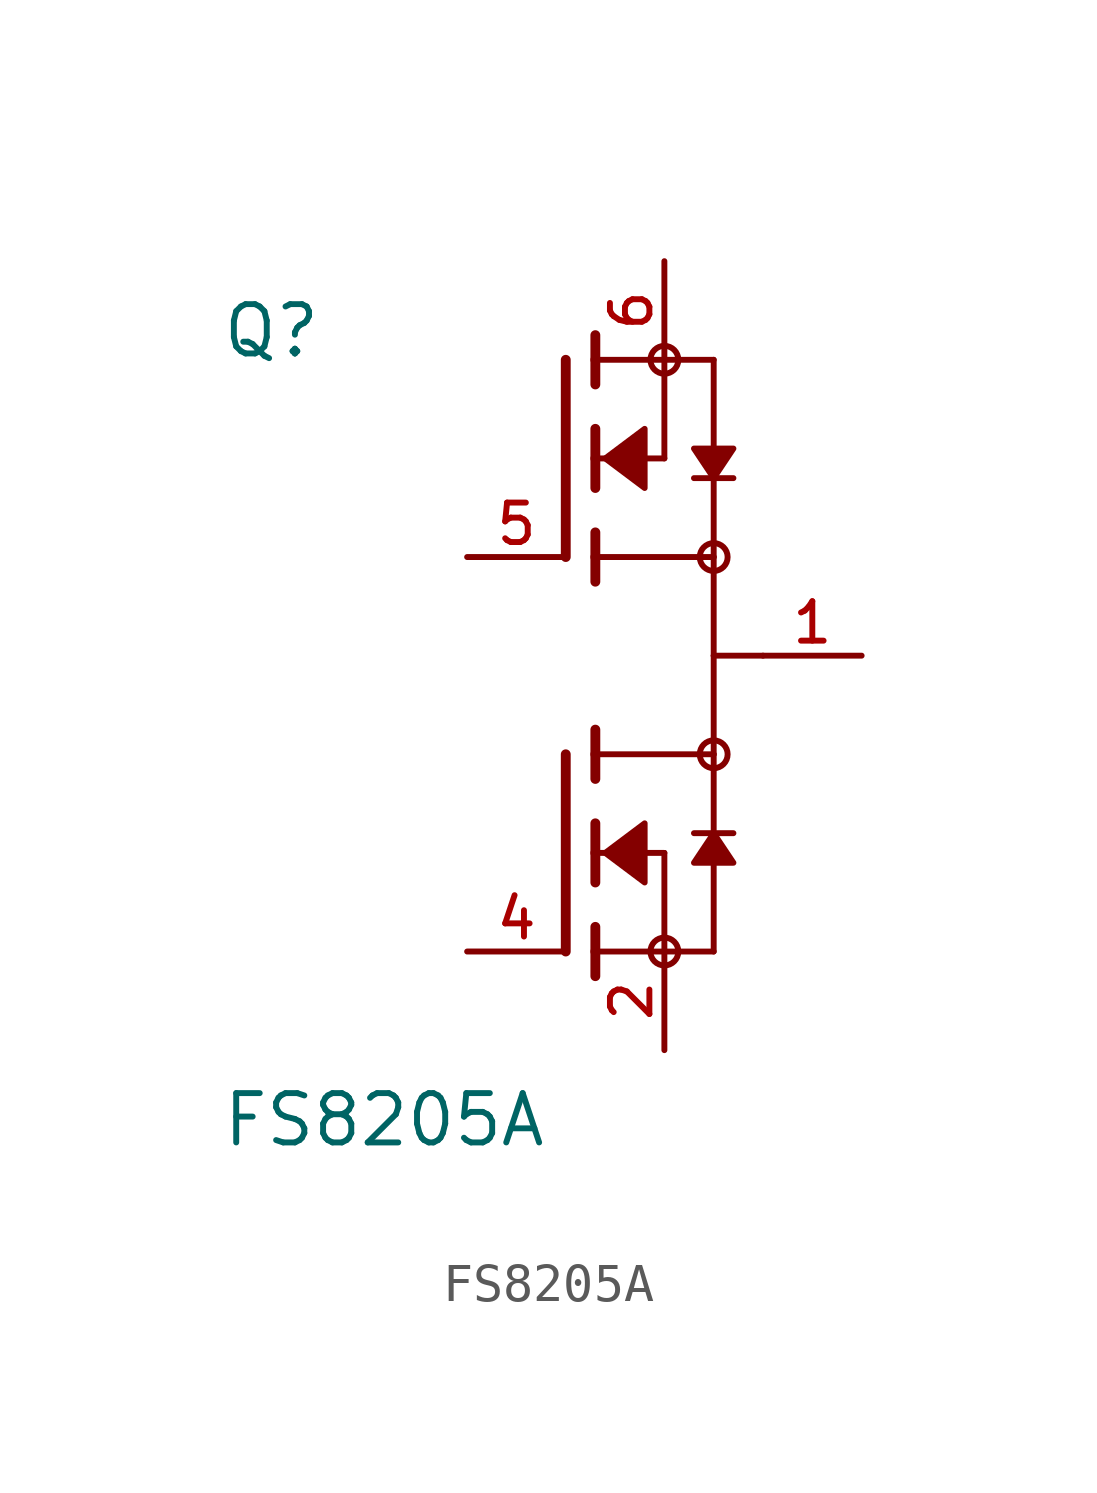
<source format=kicad_sym>
(kicad_symbol_lib
  (version 20211014)
  (generator kicad_symbol_editor)
  (symbol "FS8205A"
    (pin_names
      (offset 1.016))
    (property "Reference" "Q"
      (at -11.43 7.62 0)
      (effects (font (size 1.27 1.27)) (justify bottom left)))
    (property "Value" "FS8205A"
      (at -11.43 -12.7 0)
      (effects (font (size 1.27 1.27)) (justify bottom left)))
    (symbol "FS8205A_0_0"
      (polyline (pts (xy -1.778 -4.318) (xy -1.778 -5.08)) (stroke (width 0.254)))
      (polyline (pts (xy -1.778 -5.08) (xy -1.778 -5.842)) (stroke (width 0.254)))
      (polyline (pts (xy -1.778 -1.905) (xy -1.778 -2.54)) (stroke (width 0.254)))
      (polyline (pts (xy -1.778 -2.54) (xy -1.778 -3.175)) (stroke (width 0.254)))
      (polyline (pts (xy -1.778 -5.08) (xy 0.0 -5.08)) (stroke (width 0.152)))
      (polyline (pts (xy 0.0 -5.08) (xy 0.0 -7.62)) (stroke (width 0.152)))
      (polyline (pts (xy -1.778 -6.985) (xy -1.778 -7.62)) (stroke (width 0.254)))
      (polyline (pts (xy -1.778 -7.62) (xy -1.778 -8.255)) (stroke (width 0.254)))
      (polyline (pts (xy -2.54 -2.54) (xy -2.54 -7.62)) (stroke (width 0.254)))
      (polyline (pts (xy 0.0 -7.62) (xy -1.778 -7.62)) (stroke (width 0.152)))
      (polyline (pts (xy 1.27 -2.54) (xy 1.27 -4.572)) (stroke (width 0.152)))
      (polyline (pts (xy 1.27 -4.572) (xy 1.27 -7.62)) (stroke (width 0.152)))
      (polyline (pts (xy 0.0 -7.62) (xy 1.27 -7.62)) (stroke (width 0.152)))
      (polyline (pts (xy -1.778 -2.54) (xy 1.27 -2.54)) (stroke (width 0.152)))
      (polyline (pts (xy 1.778 -4.572) (xy 1.27 -4.572)) (stroke (width 0.152)))
      (polyline (pts (xy 1.27 -4.572) (xy 0.762 -4.572)) (stroke (width 0.152)))
      (circle (center 0.0 -7.62) (radius 0.359) (stroke (width 0.0)) (fill (type none)))
      (circle (center 1.27 -2.54) (radius 0.359) (stroke (width 0.0)) (fill (type none)))
      (polyline (pts (xy 1.27 -4.572) (xy 0.762 -5.334) (xy 1.778 -5.334) (xy 1.27 -4.572)) (stroke (width 0.152)) (fill (type outline)))
      (polyline (pts (xy -1.524 -5.08) (xy -0.508 -4.318) (xy -0.508 -5.842) (xy -1.524 -5.08)) (stroke (width 0.152)) (fill (type outline)))
      (polyline (pts (xy -1.778 5.842) (xy -1.778 5.08)) (stroke (width 0.254)))
      (polyline (pts (xy -1.778 5.08) (xy -1.778 4.318)) (stroke (width 0.254)))
      (polyline (pts (xy -1.778 8.255) (xy -1.778 7.62)) (stroke (width 0.254)))
      (polyline (pts (xy -1.778 7.62) (xy -1.778 6.985)) (stroke (width 0.254)))
      (polyline (pts (xy -1.778 5.08) (xy 0.0 5.08)) (stroke (width 0.152)))
      (polyline (pts (xy -1.778 3.175) (xy -1.778 2.54)) (stroke (width 0.254)))
      (polyline (pts (xy -1.778 2.54) (xy -1.778 1.905)) (stroke (width 0.254)))
      (polyline (pts (xy -2.54 7.62) (xy -2.54 2.54)) (stroke (width 0.254)))
      (polyline (pts (xy 1.27 2.54) (xy -1.778 2.54)) (stroke (width 0.152)))
      (polyline (pts (xy -1.778 7.62) (xy 1.27 7.62)) (stroke (width 0.152)))
      (circle (center 0.0 7.62) (radius 0.359) (stroke (width 0.0)) (fill (type none)))
      (polyline (pts (xy -1.524 5.08) (xy -0.508 5.842) (xy -0.508 4.318) (xy -1.524 5.08)) (stroke (width 0.152)) (fill (type outline)))
      (polyline (pts (xy 1.27 2.54) (xy 1.27 4.572)) (stroke (width 0.152)))
      (polyline (pts (xy 1.27 4.572) (xy 1.27 7.62)) (stroke (width 0.152)))
      (polyline (pts (xy 0.762 4.572) (xy 1.27 4.572)) (stroke (width 0.152)))
      (polyline (pts (xy 1.27 4.572) (xy 1.778 4.572)) (stroke (width 0.152)))
      (polyline (pts (xy 1.27 4.572) (xy 1.778 5.334) (xy 0.762 5.334) (xy 1.27 4.572)) (stroke (width 0.152)) (fill (type outline)))
      (polyline (pts (xy 0.0 7.62) (xy 0.0 5.08)) (stroke (width 0.152)))
      (circle (center 1.27 2.54) (radius 0.359) (stroke (width 0.0)) (fill (type none)))
      (polyline (pts (xy 1.27 -2.54) (xy 1.27 0.0)) (stroke (width 0.152)))
      (polyline (pts (xy 1.27 0.0) (xy 1.27 2.54)) (stroke (width 0.152)))
      (polyline (pts (xy 1.27 0.0) (xy 2.54 0.0)) (stroke (width 0.152)))
      (pin passive line (at 0.0 -10.16 90.0) (length 2.54) (name "~" (effects (font (size 1.016 1.016)))) (number "2" (effects (font (size 1.016 1.016)))))
      (pin passive line (at -5.08 -7.62 0) (length 2.54) (name "~" (effects (font (size 1.016 1.016)))) (number "4" (effects (font (size 1.016 1.016)))))
      (pin passive line (at 5.08 0.0 180.0) (length 2.54) (name "~" (effects (font (size 1.016 1.016)))) (number "1" (effects (font (size 1.016 1.016)))))
      (pin passive line (at -5.08 2.54 0) (length 2.54) (name "~" (effects (font (size 1.016 1.016)))) (number "5" (effects (font (size 1.016 1.016)))))
      (pin passive line (at 0.0 10.16 270.0) (length 2.54) (name "~" (effects (font (size 1.016 1.016)))) (number "6" (effects (font (size 1.016 1.016))))))))
</source>
